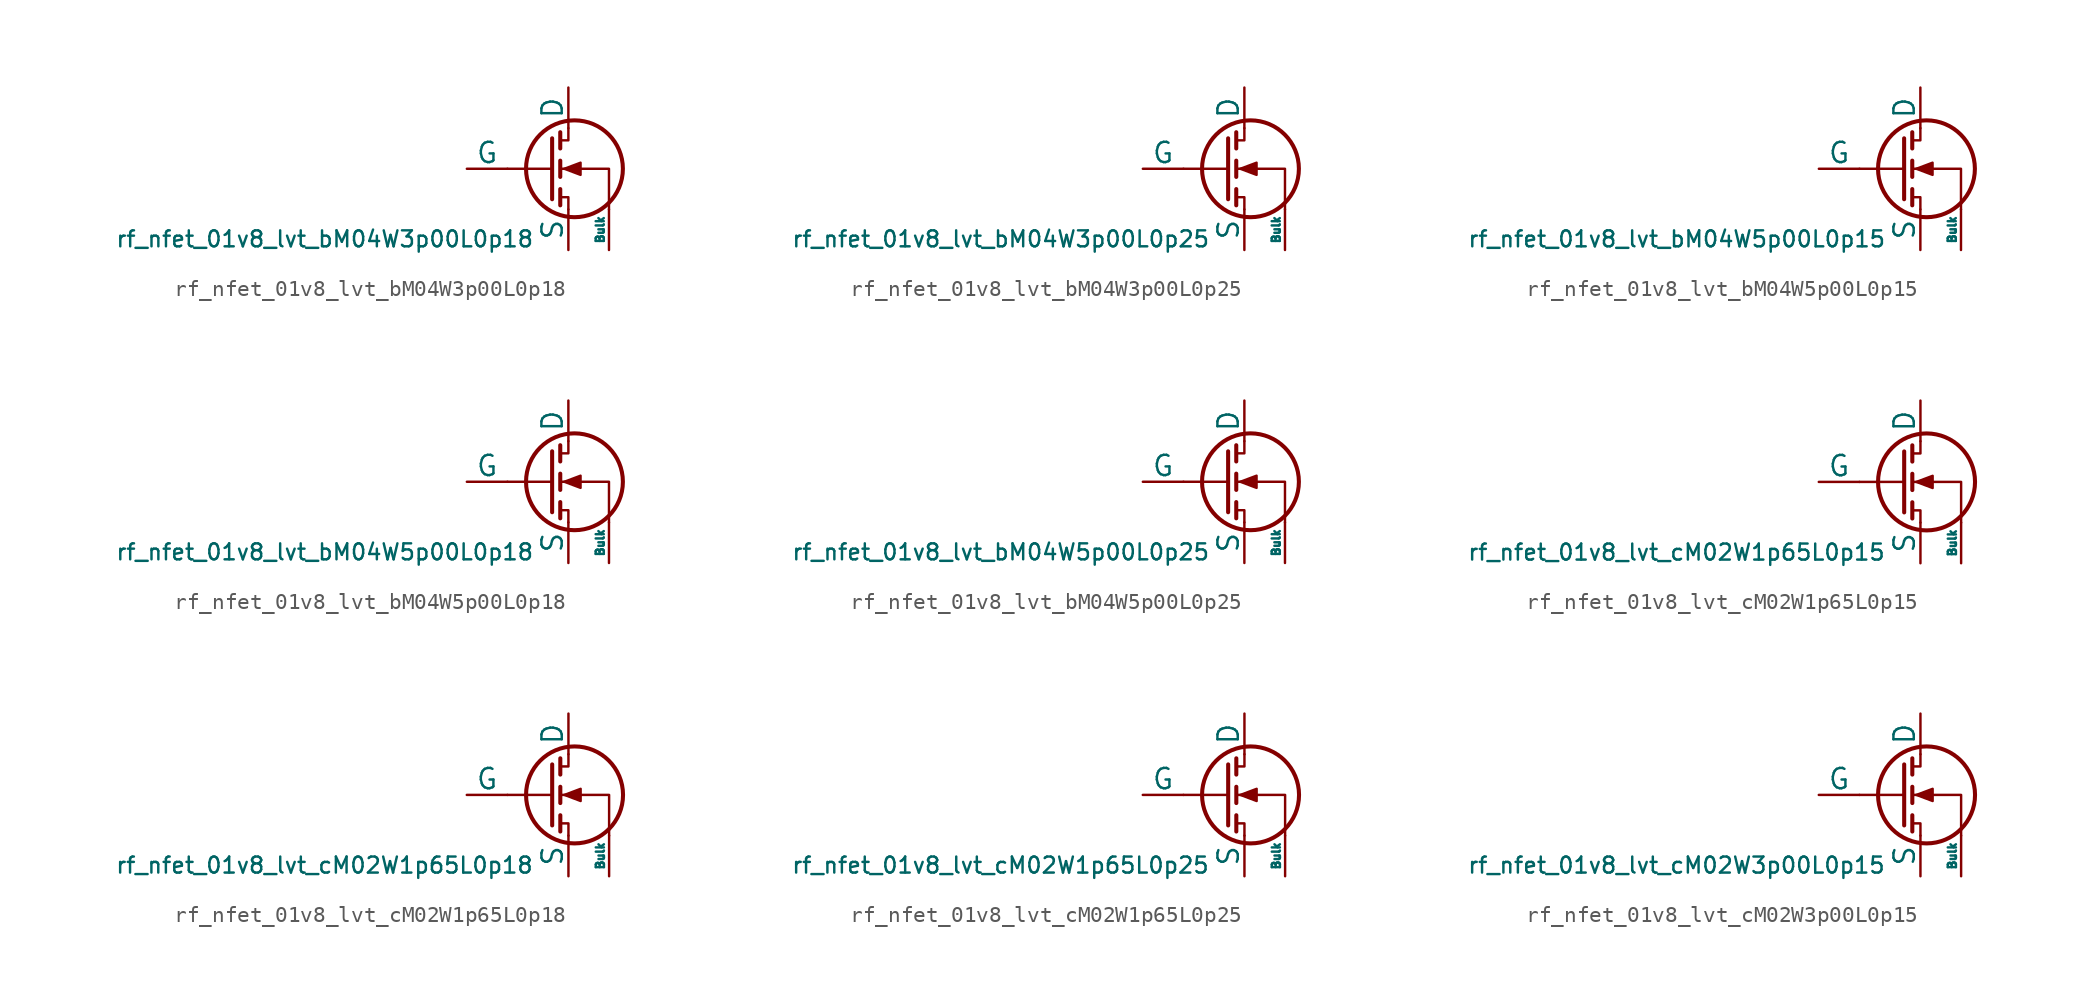
<source format=kicad_sym>
(kicad_symbol_lib
  (version 20211014)
  (generator pdk2kicad)
  (symbol "rf_nfet_01v8_lvt_bM04W3p00L0p18"
    (pin_numbers hide)
    (pin_names
      (offset 0))
    (property "Reference" "Q"
      (at 0 0 0)
      (effects (font (size 1 1)) hide))
    (property "Value" "rf_nfet_01v8_lvt_bM04W3p00L0p18"
      (at -12.7 -3.81 0)
      (effects (font (size 1 1)) (justify top)))
    (polyline
      (pts (xy 1.524 0) (xy -1.27 0))
      (stroke (width 0) (type default))
      (fill (type none)))
    (polyline
      (pts (xy 1.524 1.905) (xy 1.524 -1.905))
      (stroke (width 0.254) (type default))
      (fill (type none)))
    (polyline
      (pts (xy 2.032 -1.27) (xy 2.032 -2.286))
      (stroke (width 0.254) (type default))
      (fill (type none)))
    (polyline
      (pts (xy 2.032 0.508) (xy 2.032 -0.508))
      (stroke (width 0.254) (type default))
      (fill (type none)))
    (polyline
      (pts (xy 2.032 2.286) (xy 2.032 1.27))
      (stroke (width 0.254) (type default))
      (fill (type none)))
    (polyline
      (pts (xy 2.032 1.778) (xy 2.54 1.778) (xy 2.54 2.54))
      (stroke (width 0) (type default))
      (fill (type none)))
    (polyline
      (pts (xy 2.54 -2.54) (xy 2.54 -1.778) (xy 2.032 -1.778))
      (stroke (width 0) (type default))
      (fill (type none)))
    (polyline
      (pts (xy 5.08 -2.54) (xy 5.08 0) (xy 2.032 0))
      (stroke (width 0) (type default))
      (fill (type none)))
    (polyline
      (pts (xy 2.286 0) (xy 3.302 0.381) (xy 3.302 -0.381) (xy 2.286 0))
      (stroke (width 0) (type default))
      (fill (type outline)))
    (circle
      (center 2.921 0)
      (radius 3.029)
      (stroke (width 0.254) (type default))
      (fill (type none)))
    (pin passive line
      (at 2.54 5.08 270)
      (length 2.54)
      (name "D" (effects (font (size 1.27 1.27))))
      (number "1" (effects (font (size 1.27 1.27)))))
    (pin input line
      (at -3.81 0 0)
      (length 2.54)
      (name "G" (effects (font (size 1.27 1.27))))
      (number "2" (effects (font (size 1.27 1.27)))))
    (pin passive line
      (at 2.54 -5.08 90)
      (length 2.54)
      (name "S" (effects (font (size 1.27 1.27))))
      (number "3" (effects (font (size 1.27 1.27)))))
    (pin input line
      (at 5.08 -5.08 90)
      (length 2.54)
      (name "Bulk" (effects (font (size 0.508 0.508))))
      (number "4" (effects (font (size 1.27 1.27))))))
  (symbol "rf_nfet_01v8_lvt_bM04W3p00L0p25"
    (pin_numbers hide)
    (pin_names
      (offset 0))
    (property "Reference" "Q"
      (at 0 0 0)
      (effects (font (size 1 1)) hide))
    (property "Value" "rf_nfet_01v8_lvt_bM04W3p00L0p25"
      (at -12.7 -3.81 0)
      (effects (font (size 1 1)) (justify top)))
    (polyline
      (pts (xy 1.524 0) (xy -1.27 0))
      (stroke (width 0) (type default))
      (fill (type none)))
    (polyline
      (pts (xy 1.524 1.905) (xy 1.524 -1.905))
      (stroke (width 0.254) (type default))
      (fill (type none)))
    (polyline
      (pts (xy 2.032 -1.27) (xy 2.032 -2.286))
      (stroke (width 0.254) (type default))
      (fill (type none)))
    (polyline
      (pts (xy 2.032 0.508) (xy 2.032 -0.508))
      (stroke (width 0.254) (type default))
      (fill (type none)))
    (polyline
      (pts (xy 2.032 2.286) (xy 2.032 1.27))
      (stroke (width 0.254) (type default))
      (fill (type none)))
    (polyline
      (pts (xy 2.032 1.778) (xy 2.54 1.778) (xy 2.54 2.54))
      (stroke (width 0) (type default))
      (fill (type none)))
    (polyline
      (pts (xy 2.54 -2.54) (xy 2.54 -1.778) (xy 2.032 -1.778))
      (stroke (width 0) (type default))
      (fill (type none)))
    (polyline
      (pts (xy 5.08 -2.54) (xy 5.08 0) (xy 2.032 0))
      (stroke (width 0) (type default))
      (fill (type none)))
    (polyline
      (pts (xy 2.286 0) (xy 3.302 0.381) (xy 3.302 -0.381) (xy 2.286 0))
      (stroke (width 0) (type default))
      (fill (type outline)))
    (circle
      (center 2.921 0)
      (radius 3.029)
      (stroke (width 0.254) (type default))
      (fill (type none)))
    (pin passive line
      (at 2.54 5.08 270)
      (length 2.54)
      (name "D" (effects (font (size 1.27 1.27))))
      (number "1" (effects (font (size 1.27 1.27)))))
    (pin input line
      (at -3.81 0 0)
      (length 2.54)
      (name "G" (effects (font (size 1.27 1.27))))
      (number "2" (effects (font (size 1.27 1.27)))))
    (pin passive line
      (at 2.54 -5.08 90)
      (length 2.54)
      (name "S" (effects (font (size 1.27 1.27))))
      (number "3" (effects (font (size 1.27 1.27)))))
    (pin input line
      (at 5.08 -5.08 90)
      (length 2.54)
      (name "Bulk" (effects (font (size 0.508 0.508))))
      (number "4" (effects (font (size 1.27 1.27))))))
  (symbol "rf_nfet_01v8_lvt_bM04W5p00L0p15"
    (pin_numbers hide)
    (pin_names
      (offset 0))
    (property "Reference" "Q"
      (at 0 0 0)
      (effects (font (size 1 1)) hide))
    (property "Value" "rf_nfet_01v8_lvt_bM04W5p00L0p15"
      (at -12.7 -3.81 0)
      (effects (font (size 1 1)) (justify top)))
    (polyline
      (pts (xy 1.524 0) (xy -1.27 0))
      (stroke (width 0) (type default))
      (fill (type none)))
    (polyline
      (pts (xy 1.524 1.905) (xy 1.524 -1.905))
      (stroke (width 0.254) (type default))
      (fill (type none)))
    (polyline
      (pts (xy 2.032 -1.27) (xy 2.032 -2.286))
      (stroke (width 0.254) (type default))
      (fill (type none)))
    (polyline
      (pts (xy 2.032 0.508) (xy 2.032 -0.508))
      (stroke (width 0.254) (type default))
      (fill (type none)))
    (polyline
      (pts (xy 2.032 2.286) (xy 2.032 1.27))
      (stroke (width 0.254) (type default))
      (fill (type none)))
    (polyline
      (pts (xy 2.032 1.778) (xy 2.54 1.778) (xy 2.54 2.54))
      (stroke (width 0) (type default))
      (fill (type none)))
    (polyline
      (pts (xy 2.54 -2.54) (xy 2.54 -1.778) (xy 2.032 -1.778))
      (stroke (width 0) (type default))
      (fill (type none)))
    (polyline
      (pts (xy 5.08 -2.54) (xy 5.08 0) (xy 2.032 0))
      (stroke (width 0) (type default))
      (fill (type none)))
    (polyline
      (pts (xy 2.286 0) (xy 3.302 0.381) (xy 3.302 -0.381) (xy 2.286 0))
      (stroke (width 0) (type default))
      (fill (type outline)))
    (circle
      (center 2.921 0)
      (radius 3.029)
      (stroke (width 0.254) (type default))
      (fill (type none)))
    (pin passive line
      (at 2.54 5.08 270)
      (length 2.54)
      (name "D" (effects (font (size 1.27 1.27))))
      (number "1" (effects (font (size 1.27 1.27)))))
    (pin input line
      (at -3.81 0 0)
      (length 2.54)
      (name "G" (effects (font (size 1.27 1.27))))
      (number "2" (effects (font (size 1.27 1.27)))))
    (pin passive line
      (at 2.54 -5.08 90)
      (length 2.54)
      (name "S" (effects (font (size 1.27 1.27))))
      (number "3" (effects (font (size 1.27 1.27)))))
    (pin input line
      (at 5.08 -5.08 90)
      (length 2.54)
      (name "Bulk" (effects (font (size 0.508 0.508))))
      (number "4" (effects (font (size 1.27 1.27))))))
  (symbol "rf_nfet_01v8_lvt_bM04W5p00L0p18"
    (pin_numbers hide)
    (pin_names
      (offset 0))
    (property "Reference" "Q"
      (at 0 0 0)
      (effects (font (size 1 1)) hide))
    (property "Value" "rf_nfet_01v8_lvt_bM04W5p00L0p18"
      (at -12.7 -3.81 0)
      (effects (font (size 1 1)) (justify top)))
    (polyline
      (pts (xy 1.524 0) (xy -1.27 0))
      (stroke (width 0) (type default))
      (fill (type none)))
    (polyline
      (pts (xy 1.524 1.905) (xy 1.524 -1.905))
      (stroke (width 0.254) (type default))
      (fill (type none)))
    (polyline
      (pts (xy 2.032 -1.27) (xy 2.032 -2.286))
      (stroke (width 0.254) (type default))
      (fill (type none)))
    (polyline
      (pts (xy 2.032 0.508) (xy 2.032 -0.508))
      (stroke (width 0.254) (type default))
      (fill (type none)))
    (polyline
      (pts (xy 2.032 2.286) (xy 2.032 1.27))
      (stroke (width 0.254) (type default))
      (fill (type none)))
    (polyline
      (pts (xy 2.032 1.778) (xy 2.54 1.778) (xy 2.54 2.54))
      (stroke (width 0) (type default))
      (fill (type none)))
    (polyline
      (pts (xy 2.54 -2.54) (xy 2.54 -1.778) (xy 2.032 -1.778))
      (stroke (width 0) (type default))
      (fill (type none)))
    (polyline
      (pts (xy 5.08 -2.54) (xy 5.08 0) (xy 2.032 0))
      (stroke (width 0) (type default))
      (fill (type none)))
    (polyline
      (pts (xy 2.286 0) (xy 3.302 0.381) (xy 3.302 -0.381) (xy 2.286 0))
      (stroke (width 0) (type default))
      (fill (type outline)))
    (circle
      (center 2.921 0)
      (radius 3.029)
      (stroke (width 0.254) (type default))
      (fill (type none)))
    (pin passive line
      (at 2.54 5.08 270)
      (length 2.54)
      (name "D" (effects (font (size 1.27 1.27))))
      (number "1" (effects (font (size 1.27 1.27)))))
    (pin input line
      (at -3.81 0 0)
      (length 2.54)
      (name "G" (effects (font (size 1.27 1.27))))
      (number "2" (effects (font (size 1.27 1.27)))))
    (pin passive line
      (at 2.54 -5.08 90)
      (length 2.54)
      (name "S" (effects (font (size 1.27 1.27))))
      (number "3" (effects (font (size 1.27 1.27)))))
    (pin input line
      (at 5.08 -5.08 90)
      (length 2.54)
      (name "Bulk" (effects (font (size 0.508 0.508))))
      (number "4" (effects (font (size 1.27 1.27))))))
  (symbol "rf_nfet_01v8_lvt_bM04W5p00L0p25"
    (pin_numbers hide)
    (pin_names
      (offset 0))
    (property "Reference" "Q"
      (at 0 0 0)
      (effects (font (size 1 1)) hide))
    (property "Value" "rf_nfet_01v8_lvt_bM04W5p00L0p25"
      (at -12.7 -3.81 0)
      (effects (font (size 1 1)) (justify top)))
    (polyline
      (pts (xy 1.524 0) (xy -1.27 0))
      (stroke (width 0) (type default))
      (fill (type none)))
    (polyline
      (pts (xy 1.524 1.905) (xy 1.524 -1.905))
      (stroke (width 0.254) (type default))
      (fill (type none)))
    (polyline
      (pts (xy 2.032 -1.27) (xy 2.032 -2.286))
      (stroke (width 0.254) (type default))
      (fill (type none)))
    (polyline
      (pts (xy 2.032 0.508) (xy 2.032 -0.508))
      (stroke (width 0.254) (type default))
      (fill (type none)))
    (polyline
      (pts (xy 2.032 2.286) (xy 2.032 1.27))
      (stroke (width 0.254) (type default))
      (fill (type none)))
    (polyline
      (pts (xy 2.032 1.778) (xy 2.54 1.778) (xy 2.54 2.54))
      (stroke (width 0) (type default))
      (fill (type none)))
    (polyline
      (pts (xy 2.54 -2.54) (xy 2.54 -1.778) (xy 2.032 -1.778))
      (stroke (width 0) (type default))
      (fill (type none)))
    (polyline
      (pts (xy 5.08 -2.54) (xy 5.08 0) (xy 2.032 0))
      (stroke (width 0) (type default))
      (fill (type none)))
    (polyline
      (pts (xy 2.286 0) (xy 3.302 0.381) (xy 3.302 -0.381) (xy 2.286 0))
      (stroke (width 0) (type default))
      (fill (type outline)))
    (circle
      (center 2.921 0)
      (radius 3.029)
      (stroke (width 0.254) (type default))
      (fill (type none)))
    (pin passive line
      (at 2.54 5.08 270)
      (length 2.54)
      (name "D" (effects (font (size 1.27 1.27))))
      (number "1" (effects (font (size 1.27 1.27)))))
    (pin input line
      (at -3.81 0 0)
      (length 2.54)
      (name "G" (effects (font (size 1.27 1.27))))
      (number "2" (effects (font (size 1.27 1.27)))))
    (pin passive line
      (at 2.54 -5.08 90)
      (length 2.54)
      (name "S" (effects (font (size 1.27 1.27))))
      (number "3" (effects (font (size 1.27 1.27)))))
    (pin input line
      (at 5.08 -5.08 90)
      (length 2.54)
      (name "Bulk" (effects (font (size 0.508 0.508))))
      (number "4" (effects (font (size 1.27 1.27))))))
  (symbol "rf_nfet_01v8_lvt_cM02W1p65L0p15"
    (pin_numbers hide)
    (pin_names
      (offset 0))
    (property "Reference" "Q"
      (at 0 0 0)
      (effects (font (size 1 1)) hide))
    (property "Value" "rf_nfet_01v8_lvt_cM02W1p65L0p15"
      (at -12.7 -3.81 0)
      (effects (font (size 1 1)) (justify top)))
    (polyline
      (pts (xy 1.524 0) (xy -1.27 0))
      (stroke (width 0) (type default))
      (fill (type none)))
    (polyline
      (pts (xy 1.524 1.905) (xy 1.524 -1.905))
      (stroke (width 0.254) (type default))
      (fill (type none)))
    (polyline
      (pts (xy 2.032 -1.27) (xy 2.032 -2.286))
      (stroke (width 0.254) (type default))
      (fill (type none)))
    (polyline
      (pts (xy 2.032 0.508) (xy 2.032 -0.508))
      (stroke (width 0.254) (type default))
      (fill (type none)))
    (polyline
      (pts (xy 2.032 2.286) (xy 2.032 1.27))
      (stroke (width 0.254) (type default))
      (fill (type none)))
    (polyline
      (pts (xy 2.032 1.778) (xy 2.54 1.778) (xy 2.54 2.54))
      (stroke (width 0) (type default))
      (fill (type none)))
    (polyline
      (pts (xy 2.54 -2.54) (xy 2.54 -1.778) (xy 2.032 -1.778))
      (stroke (width 0) (type default))
      (fill (type none)))
    (polyline
      (pts (xy 5.08 -2.54) (xy 5.08 0) (xy 2.032 0))
      (stroke (width 0) (type default))
      (fill (type none)))
    (polyline
      (pts (xy 2.286 0) (xy 3.302 0.381) (xy 3.302 -0.381) (xy 2.286 0))
      (stroke (width 0) (type default))
      (fill (type outline)))
    (circle
      (center 2.921 0)
      (radius 3.029)
      (stroke (width 0.254) (type default))
      (fill (type none)))
    (pin passive line
      (at 2.54 5.08 270)
      (length 2.54)
      (name "D" (effects (font (size 1.27 1.27))))
      (number "1" (effects (font (size 1.27 1.27)))))
    (pin input line
      (at -3.81 0 0)
      (length 2.54)
      (name "G" (effects (font (size 1.27 1.27))))
      (number "2" (effects (font (size 1.27 1.27)))))
    (pin passive line
      (at 2.54 -5.08 90)
      (length 2.54)
      (name "S" (effects (font (size 1.27 1.27))))
      (number "3" (effects (font (size 1.27 1.27)))))
    (pin input line
      (at 5.08 -5.08 90)
      (length 2.54)
      (name "Bulk" (effects (font (size 0.508 0.508))))
      (number "4" (effects (font (size 1.27 1.27))))))
  (symbol "rf_nfet_01v8_lvt_cM02W1p65L0p18"
    (pin_numbers hide)
    (pin_names
      (offset 0))
    (property "Reference" "Q"
      (at 0 0 0)
      (effects (font (size 1 1)) hide))
    (property "Value" "rf_nfet_01v8_lvt_cM02W1p65L0p18"
      (at -12.7 -3.81 0)
      (effects (font (size 1 1)) (justify top)))
    (polyline
      (pts (xy 1.524 0) (xy -1.27 0))
      (stroke (width 0) (type default))
      (fill (type none)))
    (polyline
      (pts (xy 1.524 1.905) (xy 1.524 -1.905))
      (stroke (width 0.254) (type default))
      (fill (type none)))
    (polyline
      (pts (xy 2.032 -1.27) (xy 2.032 -2.286))
      (stroke (width 0.254) (type default))
      (fill (type none)))
    (polyline
      (pts (xy 2.032 0.508) (xy 2.032 -0.508))
      (stroke (width 0.254) (type default))
      (fill (type none)))
    (polyline
      (pts (xy 2.032 2.286) (xy 2.032 1.27))
      (stroke (width 0.254) (type default))
      (fill (type none)))
    (polyline
      (pts (xy 2.032 1.778) (xy 2.54 1.778) (xy 2.54 2.54))
      (stroke (width 0) (type default))
      (fill (type none)))
    (polyline
      (pts (xy 2.54 -2.54) (xy 2.54 -1.778) (xy 2.032 -1.778))
      (stroke (width 0) (type default))
      (fill (type none)))
    (polyline
      (pts (xy 5.08 -2.54) (xy 5.08 0) (xy 2.032 0))
      (stroke (width 0) (type default))
      (fill (type none)))
    (polyline
      (pts (xy 2.286 0) (xy 3.302 0.381) (xy 3.302 -0.381) (xy 2.286 0))
      (stroke (width 0) (type default))
      (fill (type outline)))
    (circle
      (center 2.921 0)
      (radius 3.029)
      (stroke (width 0.254) (type default))
      (fill (type none)))
    (pin passive line
      (at 2.54 5.08 270)
      (length 2.54)
      (name "D" (effects (font (size 1.27 1.27))))
      (number "1" (effects (font (size 1.27 1.27)))))
    (pin input line
      (at -3.81 0 0)
      (length 2.54)
      (name "G" (effects (font (size 1.27 1.27))))
      (number "2" (effects (font (size 1.27 1.27)))))
    (pin passive line
      (at 2.54 -5.08 90)
      (length 2.54)
      (name "S" (effects (font (size 1.27 1.27))))
      (number "3" (effects (font (size 1.27 1.27)))))
    (pin input line
      (at 5.08 -5.08 90)
      (length 2.54)
      (name "Bulk" (effects (font (size 0.508 0.508))))
      (number "4" (effects (font (size 1.27 1.27))))))
  (symbol "rf_nfet_01v8_lvt_cM02W1p65L0p25"
    (pin_numbers hide)
    (pin_names
      (offset 0))
    (property "Reference" "Q"
      (at 0 0 0)
      (effects (font (size 1 1)) hide))
    (property "Value" "rf_nfet_01v8_lvt_cM02W1p65L0p25"
      (at -12.7 -3.81 0)
      (effects (font (size 1 1)) (justify top)))
    (polyline
      (pts (xy 1.524 0) (xy -1.27 0))
      (stroke (width 0) (type default))
      (fill (type none)))
    (polyline
      (pts (xy 1.524 1.905) (xy 1.524 -1.905))
      (stroke (width 0.254) (type default))
      (fill (type none)))
    (polyline
      (pts (xy 2.032 -1.27) (xy 2.032 -2.286))
      (stroke (width 0.254) (type default))
      (fill (type none)))
    (polyline
      (pts (xy 2.032 0.508) (xy 2.032 -0.508))
      (stroke (width 0.254) (type default))
      (fill (type none)))
    (polyline
      (pts (xy 2.032 2.286) (xy 2.032 1.27))
      (stroke (width 0.254) (type default))
      (fill (type none)))
    (polyline
      (pts (xy 2.032 1.778) (xy 2.54 1.778) (xy 2.54 2.54))
      (stroke (width 0) (type default))
      (fill (type none)))
    (polyline
      (pts (xy 2.54 -2.54) (xy 2.54 -1.778) (xy 2.032 -1.778))
      (stroke (width 0) (type default))
      (fill (type none)))
    (polyline
      (pts (xy 5.08 -2.54) (xy 5.08 0) (xy 2.032 0))
      (stroke (width 0) (type default))
      (fill (type none)))
    (polyline
      (pts (xy 2.286 0) (xy 3.302 0.381) (xy 3.302 -0.381) (xy 2.286 0))
      (stroke (width 0) (type default))
      (fill (type outline)))
    (circle
      (center 2.921 0)
      (radius 3.029)
      (stroke (width 0.254) (type default))
      (fill (type none)))
    (pin passive line
      (at 2.54 5.08 270)
      (length 2.54)
      (name "D" (effects (font (size 1.27 1.27))))
      (number "1" (effects (font (size 1.27 1.27)))))
    (pin input line
      (at -3.81 0 0)
      (length 2.54)
      (name "G" (effects (font (size 1.27 1.27))))
      (number "2" (effects (font (size 1.27 1.27)))))
    (pin passive line
      (at 2.54 -5.08 90)
      (length 2.54)
      (name "S" (effects (font (size 1.27 1.27))))
      (number "3" (effects (font (size 1.27 1.27)))))
    (pin input line
      (at 5.08 -5.08 90)
      (length 2.54)
      (name "Bulk" (effects (font (size 0.508 0.508))))
      (number "4" (effects (font (size 1.27 1.27))))))
  (symbol "rf_nfet_01v8_lvt_cM02W3p00L0p15"
    (pin_numbers hide)
    (pin_names
      (offset 0))
    (property "Reference" "Q"
      (at 0 0 0)
      (effects (font (size 1 1)) hide))
    (property "Value" "rf_nfet_01v8_lvt_cM02W3p00L0p15"
      (at -12.7 -3.81 0)
      (effects (font (size 1 1)) (justify top)))
    (polyline
      (pts (xy 1.524 0) (xy -1.27 0))
      (stroke (width 0) (type default))
      (fill (type none)))
    (polyline
      (pts (xy 1.524 1.905) (xy 1.524 -1.905))
      (stroke (width 0.254) (type default))
      (fill (type none)))
    (polyline
      (pts (xy 2.032 -1.27) (xy 2.032 -2.286))
      (stroke (width 0.254) (type default))
      (fill (type none)))
    (polyline
      (pts (xy 2.032 0.508) (xy 2.032 -0.508))
      (stroke (width 0.254) (type default))
      (fill (type none)))
    (polyline
      (pts (xy 2.032 2.286) (xy 2.032 1.27))
      (stroke (width 0.254) (type default))
      (fill (type none)))
    (polyline
      (pts (xy 2.032 1.778) (xy 2.54 1.778) (xy 2.54 2.54))
      (stroke (width 0) (type default))
      (fill (type none)))
    (polyline
      (pts (xy 2.54 -2.54) (xy 2.54 -1.778) (xy 2.032 -1.778))
      (stroke (width 0) (type default))
      (fill (type none)))
    (polyline
      (pts (xy 5.08 -2.54) (xy 5.08 0) (xy 2.032 0))
      (stroke (width 0) (type default))
      (fill (type none)))
    (polyline
      (pts (xy 2.286 0) (xy 3.302 0.381) (xy 3.302 -0.381) (xy 2.286 0))
      (stroke (width 0) (type default))
      (fill (type outline)))
    (circle
      (center 2.921 0)
      (radius 3.029)
      (stroke (width 0.254) (type default))
      (fill (type none)))
    (pin passive line
      (at 2.54 5.08 270)
      (length 2.54)
      (name "D" (effects (font (size 1.27 1.27))))
      (number "1" (effects (font (size 1.27 1.27)))))
    (pin input line
      (at -3.81 0 0)
      (length 2.54)
      (name "G" (effects (font (size 1.27 1.27))))
      (number "2" (effects (font (size 1.27 1.27)))))
    (pin passive line
      (at 2.54 -5.08 90)
      (length 2.54)
      (name "S" (effects (font (size 1.27 1.27))))
      (number "3" (effects (font (size 1.27 1.27)))))
    (pin input line
      (at 5.08 -5.08 90)
      (length 2.54)
      (name "Bulk" (effects (font (size 0.508 0.508))))
      (number "4" (effects (font (size 1.27 1.27)))))))
</source>
